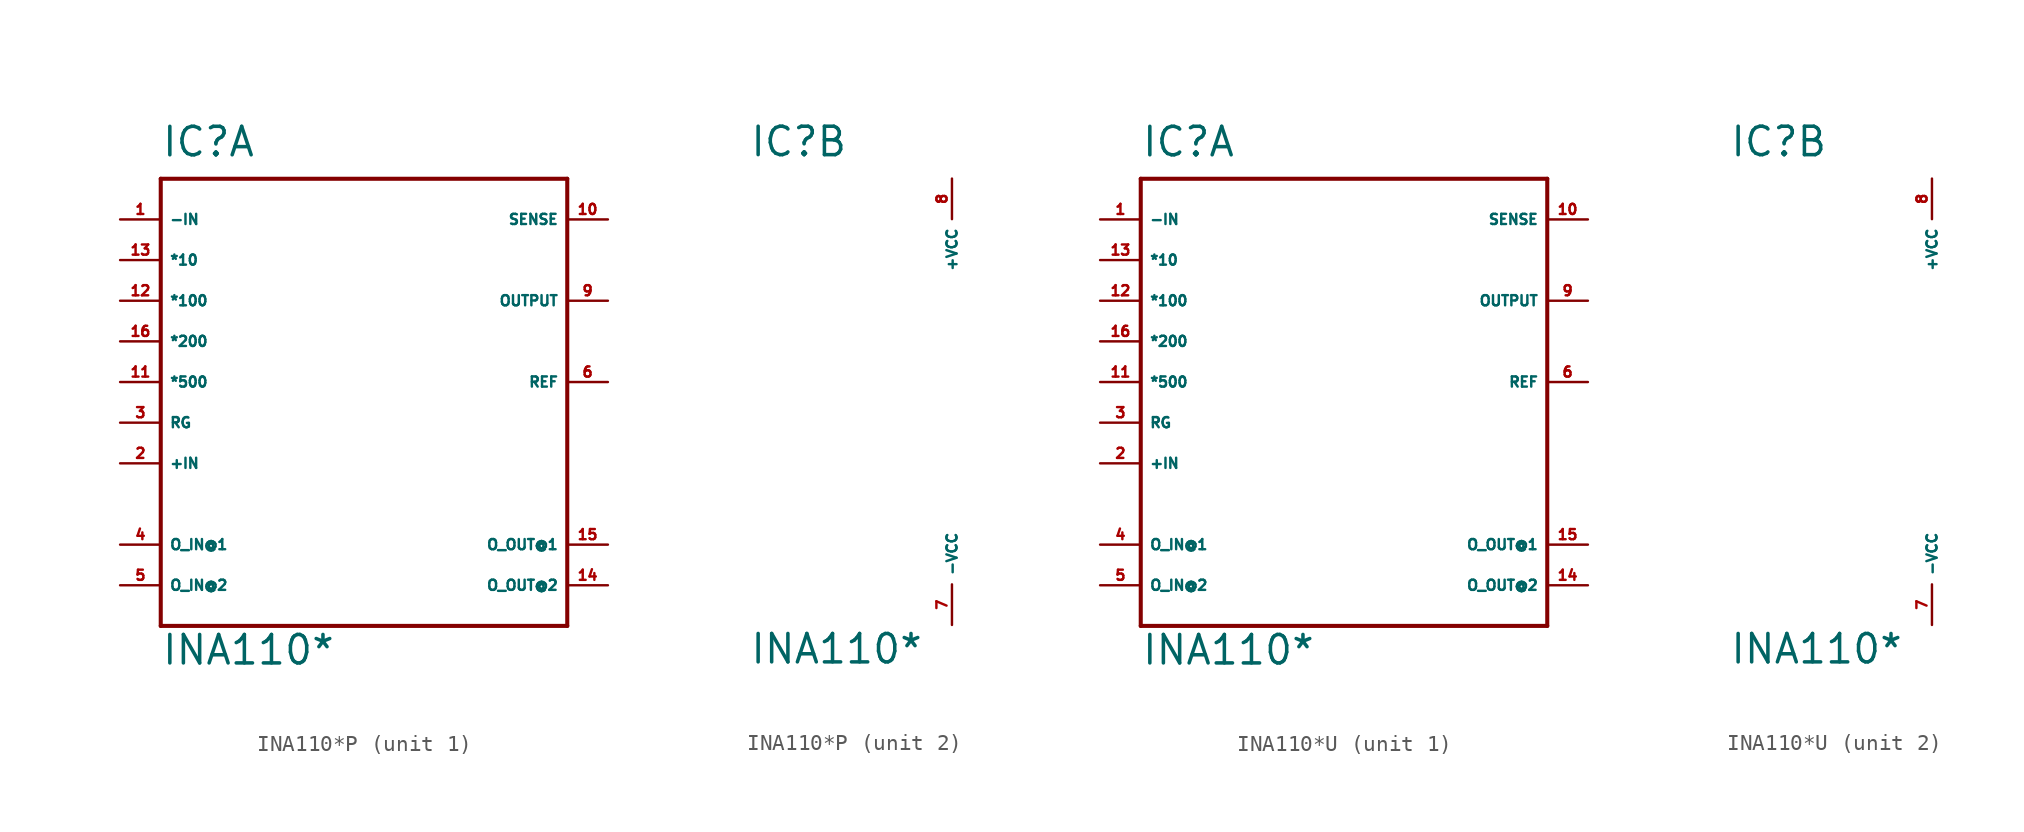
<source format=kicad_sym>
(kicad_symbol_lib
  (version 20220914)
  (generator Eagle2Kicad)
  (symbol "INA110*P"
    (property "Reference" "IC"
      (at -12.7 13.97 0)
      (effects (font (size 1.778 1.778) (thickness 0.22)) (justify left bottom)))
    (property "Value" "INA110*"
      (at -12.7 -17.78 0)
      (effects (font (size 1.778 1.778) (thickness 0.22)) (justify left bottom)))
    (symbol "INA110*P_1_0"
      (polyline (pts (xy -12.7 -15.24) (xy 12.7 -15.24)) (stroke (width 0.254) (type default)) (fill (type none)))
      (polyline (pts (xy 12.7 -15.24) (xy 12.7 12.7)) (stroke (width 0.254) (type default)) (fill (type none)))
      (polyline (pts (xy 12.7 12.7) (xy -12.7 12.7)) (stroke (width 0.254) (type default)) (fill (type none)))
      (polyline (pts (xy -12.7 12.7) (xy -12.7 -15.24)) (stroke (width 0.254) (type default)) (fill (type none)))
      (pin input line (at -15.24 10.16 0) (length 2.54) (name "-IN" (effects (font (size 0.635 0.635) (thickness 0.08)) (justify left bottom))) (number "1" (effects (font (size 0.635 0.635) (thickness 0.08)) (justify left bottom))))
      (pin input line (at -15.24 -5.08 0) (length 2.54) (name "+IN" (effects (font (size 0.635 0.635) (thickness 0.08)) (justify left bottom))) (number "2" (effects (font (size 0.635 0.635) (thickness 0.08)) (justify left bottom))))
      (pin passive line (at -15.24 -2.54 0) (length 2.54) (name "RG" (effects (font (size 0.635 0.635) (thickness 0.08)) (justify left bottom))) (number "3" (effects (font (size 0.635 0.635) (thickness 0.08)) (justify left bottom))))
      (pin passive line (at -15.24 -10.16 0) (length 2.54) (name "O_IN@1" (effects (font (size 0.635 0.635) (thickness 0.08)) (justify left bottom))) (number "4" (effects (font (size 0.635 0.635) (thickness 0.08)) (justify left bottom))))
      (pin passive line (at -15.24 -12.7 0) (length 2.54) (name "O_IN@2" (effects (font (size 0.635 0.635) (thickness 0.08)) (justify left bottom))) (number "5" (effects (font (size 0.635 0.635) (thickness 0.08)) (justify left bottom))))
      (pin input line (at 15.24 0 180) (length 2.54) (name "REF" (effects (font (size 0.635 0.635) (thickness 0.08)) (justify left bottom))) (number "6" (effects (font (size 0.635 0.635) (thickness 0.08)) (justify left bottom))))
      (pin output line (at 15.24 5.08 180) (length 2.54) (name "OUTPUT" (effects (font (size 0.635 0.635) (thickness 0.08)) (justify left bottom))) (number "9" (effects (font (size 0.635 0.635) (thickness 0.08)) (justify left bottom))))
      (pin input line (at 15.24 10.16 180) (length 2.54) (name "SENSE" (effects (font (size 0.635 0.635) (thickness 0.08)) (justify left bottom))) (number "10" (effects (font (size 0.635 0.635) (thickness 0.08)) (justify left bottom))))
      (pin passive line (at -15.24 0 0) (length 2.54) (name "*500" (effects (font (size 0.635 0.635) (thickness 0.08)) (justify left bottom))) (number "11" (effects (font (size 0.635 0.635) (thickness 0.08)) (justify left bottom))))
      (pin passive line (at -15.24 5.08 0) (length 2.54) (name "*100" (effects (font (size 0.635 0.635) (thickness 0.08)) (justify left bottom))) (number "12" (effects (font (size 0.635 0.635) (thickness 0.08)) (justify left bottom))))
      (pin passive line (at -15.24 7.62 0) (length 2.54) (name "*10" (effects (font (size 0.635 0.635) (thickness 0.08)) (justify left bottom))) (number "13" (effects (font (size 0.635 0.635) (thickness 0.08)) (justify left bottom))))
      (pin passive line (at 15.24 -10.16 180) (length 2.54) (name "O_OUT@1" (effects (font (size 0.635 0.635) (thickness 0.08)) (justify left bottom))) (number "15" (effects (font (size 0.635 0.635) (thickness 0.08)) (justify left bottom))))
      (pin passive line (at 15.24 -12.7 180) (length 2.54) (name "O_OUT@2" (effects (font (size 0.635 0.635) (thickness 0.08)) (justify left bottom))) (number "14" (effects (font (size 0.635 0.635) (thickness 0.08)) (justify left bottom))))
      (pin passive line (at -15.24 2.54 0) (length 2.54) (name "*200" (effects (font (size 0.635 0.635) (thickness 0.08)) (justify left bottom))) (number "16" (effects (font (size 0.635 0.635) (thickness 0.08)) (justify left bottom)))))
    (symbol "INA110*P_2_0"
      (pin unspecified line (at 0 12.7 270) (length 2.54) (name "+VCC" (effects (font (size 0.635 0.635) (thickness 0.08)) (justify left bottom))) (number "8" (effects (font (size 0.635 0.635) (thickness 0.08)) (justify left bottom))))
      (pin unspecified line (at 0 -15.24 90) (length 2.54) (name "-VCC" (effects (font (size 0.635 0.635) (thickness 0.08)) (justify left bottom))) (number "7" (effects (font (size 0.635 0.635) (thickness 0.08)) (justify left bottom))))))
  (symbol "INA110*U"
    (property "Reference" "IC"
      (at -12.7 13.97 0)
      (effects (font (size 1.778 1.778) (thickness 0.22)) (justify left bottom)))
    (property "Value" "INA110*"
      (at -12.7 -17.78 0)
      (effects (font (size 1.778 1.778) (thickness 0.22)) (justify left bottom)))
    (symbol "INA110*U_1_0"
      (polyline (pts (xy -12.7 -15.24) (xy 12.7 -15.24)) (stroke (width 0.254) (type default)) (fill (type none)))
      (polyline (pts (xy 12.7 -15.24) (xy 12.7 12.7)) (stroke (width 0.254) (type default)) (fill (type none)))
      (polyline (pts (xy 12.7 12.7) (xy -12.7 12.7)) (stroke (width 0.254) (type default)) (fill (type none)))
      (polyline (pts (xy -12.7 12.7) (xy -12.7 -15.24)) (stroke (width 0.254) (type default)) (fill (type none)))
      (pin input line (at -15.24 10.16 0) (length 2.54) (name "-IN" (effects (font (size 0.635 0.635) (thickness 0.08)) (justify left bottom))) (number "1" (effects (font (size 0.635 0.635) (thickness 0.08)) (justify left bottom))))
      (pin input line (at -15.24 -5.08 0) (length 2.54) (name "+IN" (effects (font (size 0.635 0.635) (thickness 0.08)) (justify left bottom))) (number "2" (effects (font (size 0.635 0.635) (thickness 0.08)) (justify left bottom))))
      (pin passive line (at -15.24 -2.54 0) (length 2.54) (name "RG" (effects (font (size 0.635 0.635) (thickness 0.08)) (justify left bottom))) (number "3" (effects (font (size 0.635 0.635) (thickness 0.08)) (justify left bottom))))
      (pin passive line (at -15.24 -10.16 0) (length 2.54) (name "O_IN@1" (effects (font (size 0.635 0.635) (thickness 0.08)) (justify left bottom))) (number "4" (effects (font (size 0.635 0.635) (thickness 0.08)) (justify left bottom))))
      (pin passive line (at -15.24 -12.7 0) (length 2.54) (name "O_IN@2" (effects (font (size 0.635 0.635) (thickness 0.08)) (justify left bottom))) (number "5" (effects (font (size 0.635 0.635) (thickness 0.08)) (justify left bottom))))
      (pin input line (at 15.24 0 180) (length 2.54) (name "REF" (effects (font (size 0.635 0.635) (thickness 0.08)) (justify left bottom))) (number "6" (effects (font (size 0.635 0.635) (thickness 0.08)) (justify left bottom))))
      (pin output line (at 15.24 5.08 180) (length 2.54) (name "OUTPUT" (effects (font (size 0.635 0.635) (thickness 0.08)) (justify left bottom))) (number "9" (effects (font (size 0.635 0.635) (thickness 0.08)) (justify left bottom))))
      (pin input line (at 15.24 10.16 180) (length 2.54) (name "SENSE" (effects (font (size 0.635 0.635) (thickness 0.08)) (justify left bottom))) (number "10" (effects (font (size 0.635 0.635) (thickness 0.08)) (justify left bottom))))
      (pin passive line (at -15.24 0 0) (length 2.54) (name "*500" (effects (font (size 0.635 0.635) (thickness 0.08)) (justify left bottom))) (number "11" (effects (font (size 0.635 0.635) (thickness 0.08)) (justify left bottom))))
      (pin passive line (at -15.24 5.08 0) (length 2.54) (name "*100" (effects (font (size 0.635 0.635) (thickness 0.08)) (justify left bottom))) (number "12" (effects (font (size 0.635 0.635) (thickness 0.08)) (justify left bottom))))
      (pin passive line (at -15.24 7.62 0) (length 2.54) (name "*10" (effects (font (size 0.635 0.635) (thickness 0.08)) (justify left bottom))) (number "13" (effects (font (size 0.635 0.635) (thickness 0.08)) (justify left bottom))))
      (pin passive line (at 15.24 -10.16 180) (length 2.54) (name "O_OUT@1" (effects (font (size 0.635 0.635) (thickness 0.08)) (justify left bottom))) (number "15" (effects (font (size 0.635 0.635) (thickness 0.08)) (justify left bottom))))
      (pin passive line (at 15.24 -12.7 180) (length 2.54) (name "O_OUT@2" (effects (font (size 0.635 0.635) (thickness 0.08)) (justify left bottom))) (number "14" (effects (font (size 0.635 0.635) (thickness 0.08)) (justify left bottom))))
      (pin passive line (at -15.24 2.54 0) (length 2.54) (name "*200" (effects (font (size 0.635 0.635) (thickness 0.08)) (justify left bottom))) (number "16" (effects (font (size 0.635 0.635) (thickness 0.08)) (justify left bottom)))))
    (symbol "INA110*U_2_0"
      (pin unspecified line (at 0 12.7 270) (length 2.54) (name "+VCC" (effects (font (size 0.635 0.635) (thickness 0.08)) (justify left bottom))) (number "8" (effects (font (size 0.635 0.635) (thickness 0.08)) (justify left bottom))))
      (pin unspecified line (at 0 -15.24 90) (length 2.54) (name "-VCC" (effects (font (size 0.635 0.635) (thickness 0.08)) (justify left bottom))) (number "7" (effects (font (size 0.635 0.635) (thickness 0.08)) (justify left bottom)))))))
</source>
